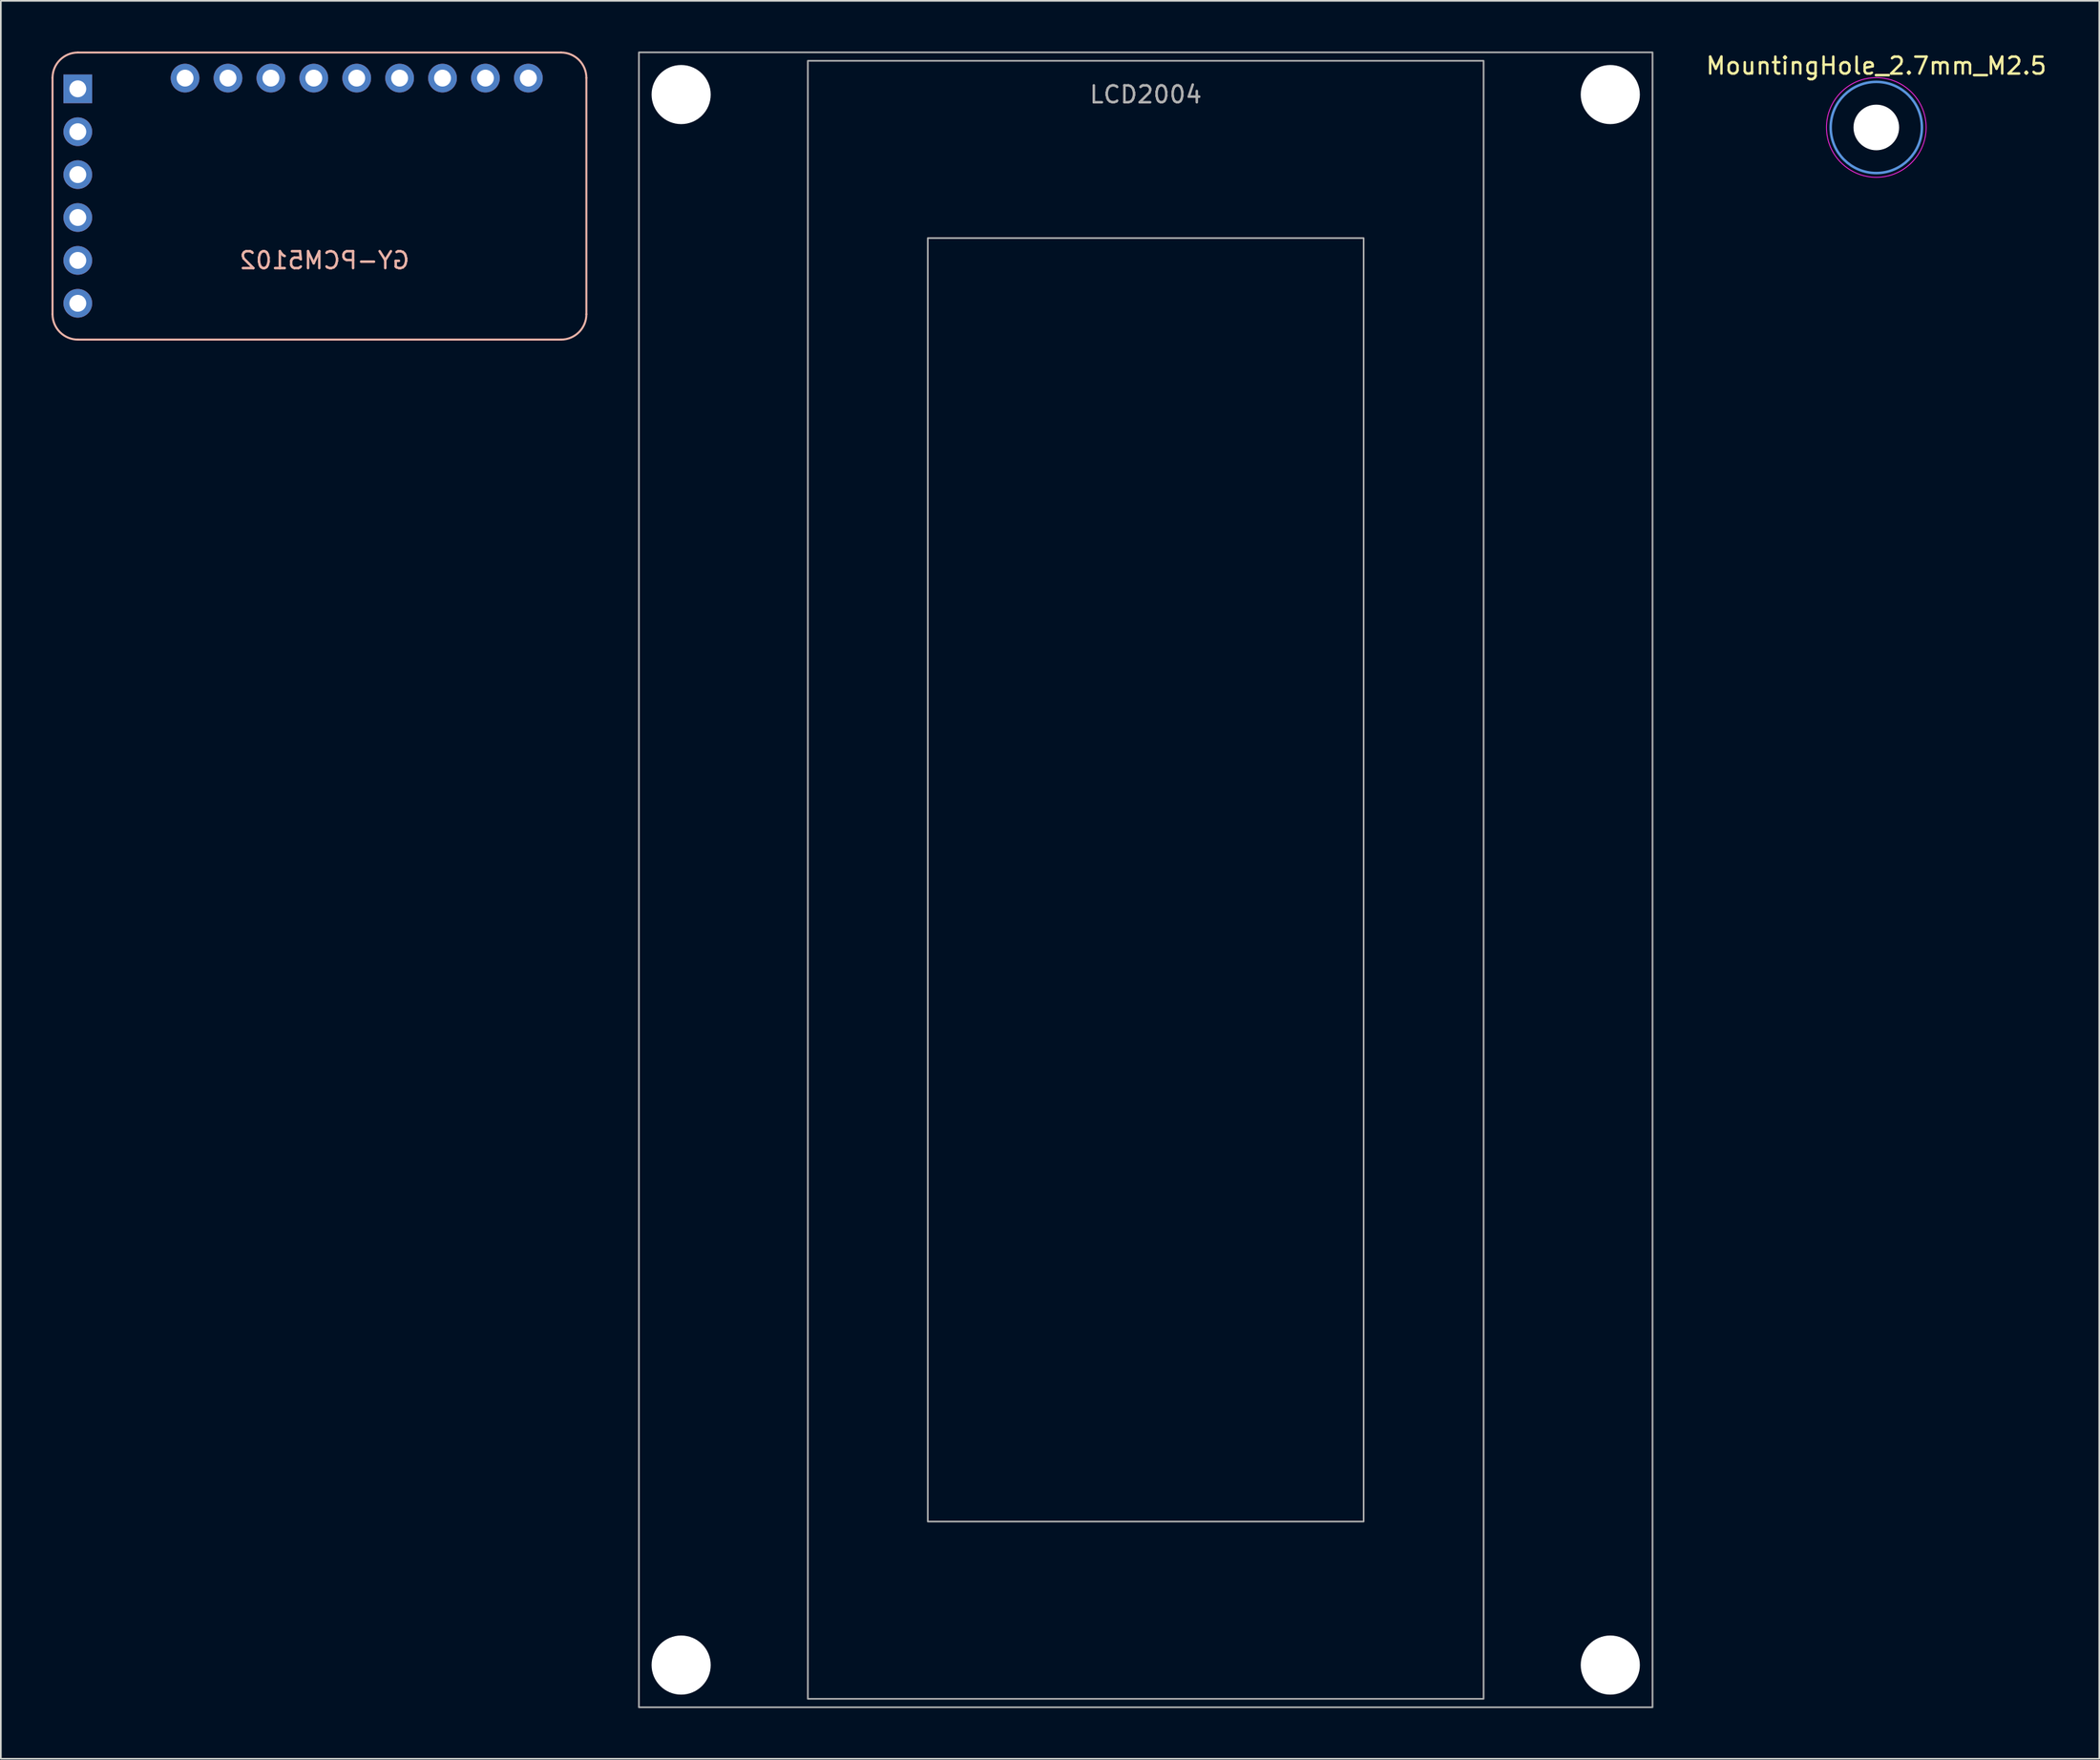
<source format=kicad_pcb>
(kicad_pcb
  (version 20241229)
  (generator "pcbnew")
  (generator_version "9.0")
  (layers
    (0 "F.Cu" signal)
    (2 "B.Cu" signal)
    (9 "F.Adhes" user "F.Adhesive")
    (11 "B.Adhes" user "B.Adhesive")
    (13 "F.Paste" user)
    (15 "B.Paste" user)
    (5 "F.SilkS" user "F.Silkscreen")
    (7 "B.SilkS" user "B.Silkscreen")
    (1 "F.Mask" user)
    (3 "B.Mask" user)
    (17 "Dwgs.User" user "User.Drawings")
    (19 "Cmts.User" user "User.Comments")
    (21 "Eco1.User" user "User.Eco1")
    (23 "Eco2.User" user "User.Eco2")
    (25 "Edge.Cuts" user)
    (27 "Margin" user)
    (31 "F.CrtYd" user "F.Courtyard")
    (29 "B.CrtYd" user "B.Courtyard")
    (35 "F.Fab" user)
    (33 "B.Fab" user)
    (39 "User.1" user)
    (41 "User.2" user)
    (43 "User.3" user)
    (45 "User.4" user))
  (footprint "MountingHole_2.7mm_M2.5"
    (layer "F.Cu")
    (at 108.016 4.498)
    (property "Reference" "MountingHole_2.7mm_M2.5" (at 0 -3.65 0) (layer "F.SilkS") (effects (font (size 1 1) (thickness 0.15))))
    (attr exclude_from_pos_files exclude_from_bom)
    (fp_circle (center 0 0) (end 2.7 0) (stroke (width 0.15) (type solid)) (fill no) (layer "Cmts.User"))
    (fp_circle (center 0 0) (end 2.95 0) (stroke (width 0.05) (type solid)) (fill no) (layer "F.CrtYd"))
    (pad "" np_thru_hole circle (at 0 0) (size 2.7 2.7) (drill 2.7) (layers "*.Cu" "*.Mask")))
  (footprint "LCD2004"
    (layer "F.Cu")
    (at 92.27 10.35)
    (property "Reference" "LCD2004" (at -27.5 -7.8 180) (layer "F.Fab") (effects (font (size 1 1) (thickness 0.15))))
    (fp_rect (start -57.5 -10.3) (end 2.5 87.7) (stroke (width 0.1) (type solid)) (fill no) (layer "F.Fab"))
    (fp_rect (start -47.5 -9.8) (end -7.5 87.2) (stroke (width 0.1) (type solid)) (fill no) (layer "F.Fab"))
    (fp_rect (start -40.4 0.7) (end -14.6 76.7) (stroke (width 0.1) (type solid)) (fill no) (layer "F.Fab"))
    (pad "" np_thru_hole circle (at -55 -7.8) (size 3.5 3.5) (drill 3.5) (layers "*.Cu" "*.Mask"))
    (pad "" np_thru_hole circle (at -55 85.2) (size 3.5 3.5) (drill 3.5) (layers "*.Cu" "*.Mask"))
    (pad "" np_thru_hole circle (at 0 -7.8) (size 3.5 3.5) (drill 3.5) (layers "*.Cu" "*.Mask"))
    (pad "" np_thru_hole circle (at 0 85.2) (size 3.5 3.5) (drill 3.5) (layers "*.Cu" "*.Mask")))
  (footprint "GY-PCM5102"
    (layer "F.Cu")
    (at 15.86 8.56)
    (property "Reference" "GY-PCM5102" (at 0.3 3.81 0) (layer "B.SilkS") (effects (font (size 1 1) (thickness 0.15)) (justify mirror)))
    (attr through_hole)
    (fp_line (start -15.8 -7) (end -15.8 7) (stroke (width 0.12) (type solid)) (layer "B.SilkS"))
    (fp_line (start -14.3 8.5) (end 14.3 8.5) (stroke (width 0.12) (type solid)) (layer "B.SilkS"))
    (fp_line (start 14.3 -8.5) (end -14.3 -8.5) (stroke (width 0.12) (type solid)) (layer "B.SilkS"))
    (fp_line (start 15.8 -7) (end 15.8 7) (stroke (width 0.12) (type solid)) (layer "B.SilkS"))
    (fp_arc (start -15.8 -7) (mid -15.36066 -8.06066) (end -14.3 -8.5) (stroke (width 0.12) (type solid)) (layer "B.SilkS"))
    (fp_arc (start -14.3 8.5) (mid -15.36066 8.06066) (end -15.8 7) (stroke (width 0.12) (type solid)) (layer "B.SilkS"))
    (fp_arc (start 14.3 -8.5) (mid 15.36066 -8.06066) (end 15.8 -7) (stroke (width 0.12) (type solid)) (layer "B.SilkS"))
    (fp_arc (start 15.8 7) (mid 15.36066 8.06066) (end 14.3 8.5) (stroke (width 0.12) (type solid)) (layer "B.SilkS"))
    (pad "1" thru_hole rect (at -14.305 -6.35) (size 1.7 1.7) (drill 1) (layers "*.Cu" "*.Mask"))
    (pad "2" thru_hole circle (at -14.305 -3.81) (size 1.7 1.7) (drill 1) (layers "*.Cu" "*.Mask"))
    (pad "3" thru_hole circle (at -14.305 -1.27) (size 1.7 1.7) (drill 1) (layers "*.Cu" "*.Mask"))
    (pad "4" thru_hole circle (at -14.305 1.27) (size 1.7 1.7) (drill 1) (layers "*.Cu" "*.Mask"))
    (pad "5" thru_hole circle (at -14.305 3.81) (size 1.7 1.7) (drill 1) (layers "*.Cu" "*.Mask"))
    (pad "6" thru_hole circle (at -14.305 6.35) (size 1.7 1.7) (drill 1) (layers "*.Cu" "*.Mask"))
    (pad "7" thru_hole circle (at 12.365 -6.985) (size 1.7 1.7) (drill 1) (layers "*.Cu" "*.Mask"))
    (pad "8" thru_hole circle (at 9.825 -6.985) (size 1.7 1.7) (drill 1) (layers "*.Cu" "*.Mask"))
    (pad "9" thru_hole circle (at 7.285 -6.985) (size 1.7 1.7) (drill 1) (layers "*.Cu" "*.Mask"))
    (pad "10" thru_hole circle (at 4.745 -6.985) (size 1.7 1.7) (drill 1) (layers "*.Cu" "*.Mask"))
    (pad "11" thru_hole circle (at 2.205 -6.985) (size 1.7 1.7) (drill 1) (layers "*.Cu" "*.Mask"))
    (pad "12" thru_hole circle (at -0.335 -6.985) (size 1.7 1.7) (drill 1) (layers "*.Cu" "*.Mask"))
    (pad "13" thru_hole circle (at -2.875 -6.985) (size 1.7 1.7) (drill 1) (layers "*.Cu" "*.Mask"))
    (pad "14" thru_hole circle (at -5.415 -6.985) (size 1.7 1.7) (drill 1) (layers "*.Cu" "*.Mask"))
    (pad "15" thru_hole circle (at -7.955 -6.985) (size 1.7 1.7) (drill 1) (layers "*.Cu" "*.Mask")))
  (gr_rect
    (start -3 -3)
    (end 121.213 101.1)
    (stroke (width 0.1) (type default))
    (fill no)
    (layer "Edge.Cuts")))
</source>
